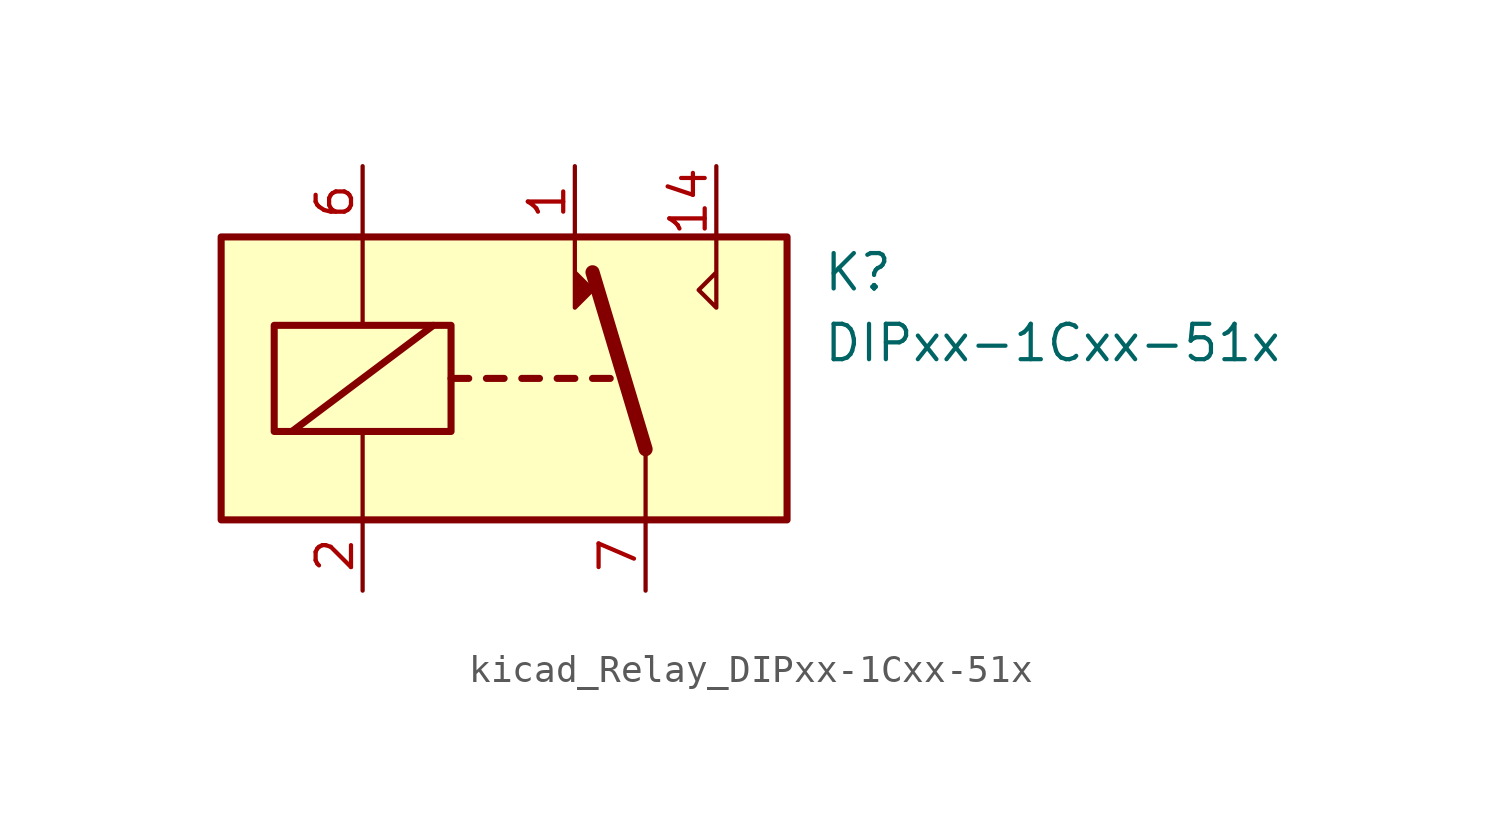
<source format=kicad_sym>
(kicad_symbol_lib
  (version 20220914)
  (generator kicad_symbol_editor)
  (symbol "kicad_Relay_DIPxx-1Cxx-51x"
    (property "Reference" "K"
      (at 11.43 3.81 0)
      (effects (font (size 1.27 1.27)) (justify left)))
    (property "Value" "DIPxx-1Cxx-51x"
      (at 11.43 1.27 0)
      (effects (font (size 1.27 1.27)) (justify left)))
    (symbol "kicad_Relay_DIPxx-1Cxx-51x_0_0"
      (polyline (pts (xy 2.54 5.08) (xy 2.54 2.54) (xy 3.175 3.175) (xy 2.54 3.81)) (stroke (width 0) (type default)) (fill (type outline)))
      (polyline (pts (xy 7.62 5.08) (xy 7.62 2.54) (xy 6.985 3.175) (xy 7.62 3.81)) (stroke (width 0) (type default)) (fill (type none))))
    (symbol "kicad_Relay_DIPxx-1Cxx-51x_0_1"
      (rectangle (start -10.16 5.08) (end 10.16 -5.08) (stroke (width 0.254) (type default)) (fill (type background)))
      (rectangle (start -8.255 1.905) (end -1.905 -1.905) (stroke (width 0.254) (type default)) (fill (type none)))
      (polyline (pts (xy -7.62 -1.905) (xy -2.54 1.905)) (stroke (width 0.254) (type default)) (fill (type none)))
      (polyline (pts (xy -5.08 -5.08) (xy -5.08 -1.905)) (stroke (width 0) (type default)) (fill (type none)))
      (polyline (pts (xy -5.08 5.08) (xy -5.08 1.905)) (stroke (width 0) (type default)) (fill (type none)))
      (polyline (pts (xy -1.905 0) (xy -1.27 0)) (stroke (width 0.254) (type default)) (fill (type none)))
      (polyline (pts (xy -0.635 0) (xy 0 0)) (stroke (width 0.254) (type default)) (fill (type none)))
      (polyline (pts (xy 0.635 0) (xy 1.27 0)) (stroke (width 0.254) (type default)) (fill (type none)))
      (polyline (pts (xy 1.905 0) (xy 2.54 0)) (stroke (width 0.254) (type default)) (fill (type none)))
      (polyline (pts (xy 3.175 0) (xy 3.81 0)) (stroke (width 0.254) (type default)) (fill (type none)))
      (polyline (pts (xy 5.08 -2.54) (xy 3.175 3.81)) (stroke (width 0.508) (type default)) (fill (type none)))
      (polyline (pts (xy 5.08 -2.54) (xy 5.08 -5.08)) (stroke (width 0) (type default)) (fill (type none))))
    (symbol "kicad_Relay_DIPxx-1Cxx-51x_1_1"
      (pin passive line (at 2.54 7.62 270) (length 2.54) (name "~" (effects (font (size 1.27 1.27)))) (number "1" (effects (font (size 1.27 1.27)))))
      (pin passive line (at 7.62 7.62 270) (length 2.54) (name "~" (effects (font (size 1.27 1.27)))) (number "14" (effects (font (size 1.27 1.27)))))
      (pin passive line (at -5.08 -7.62 90) (length 2.54) (name "~" (effects (font (size 1.27 1.27)))) (number "2" (effects (font (size 1.27 1.27)))))
      (pin passive line (at -5.08 7.62 270) (length 2.54) (name "~" (effects (font (size 1.27 1.27)))) (number "6" (effects (font (size 1.27 1.27)))))
      (pin passive line (at 5.08 -7.62 90) (length 2.54) (name "~" (effects (font (size 1.27 1.27)))) (number "7" (effects (font (size 1.27 1.27)))))
      (pin passive line (at 5.08 -7.62 90) (length 2.54) hide (name "~" (effects (font (size 1.27 1.27)))) (number "8" (effects (font (size 1.27 1.27))))))))
</source>
